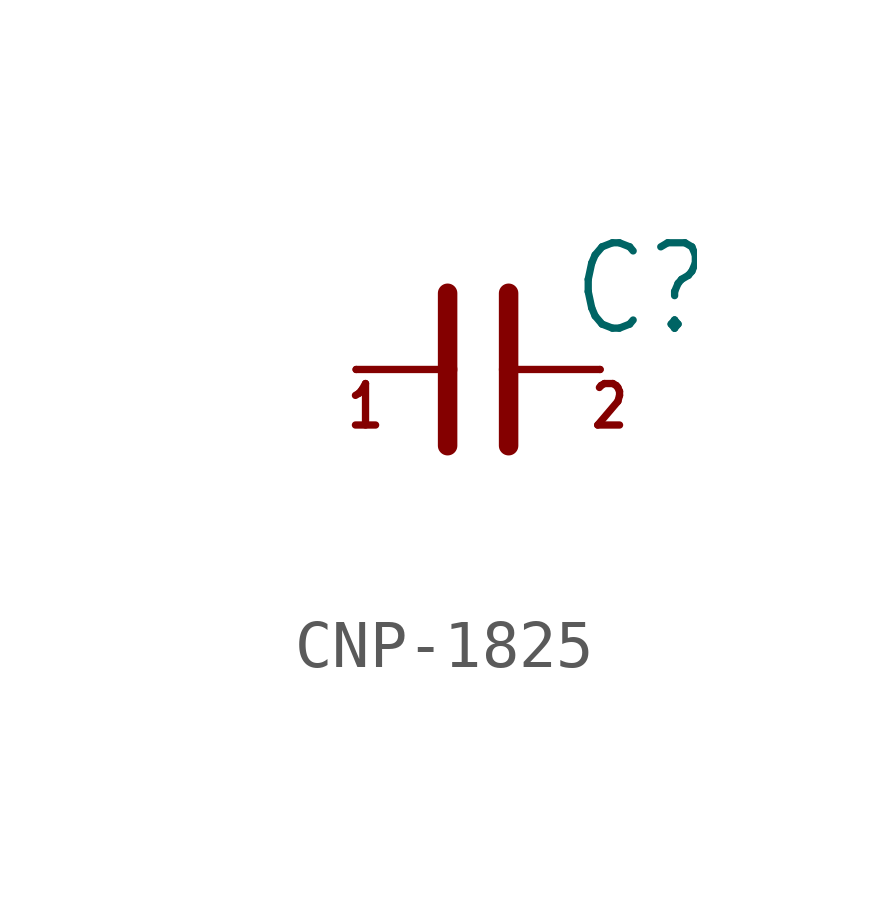
<source format=kicad_sym>
(kicad_symbol_lib
  (version 20241209)
  (generator "kicad_symbol_editor")
  (generator_version "9.0")
  (symbol "CNP-1825"
    (property "Reference" "C"
      (at 1.905 0.635 0)
      (effects (font (size 1.778 1.511)) (justify left bottom)))
    (property "Value" ""
      (at -5.08 -4.128 0)
      (effects (font (size 1.778 1.511)) (justify left bottom)))
    (property "ki_locked" ""
      (at 0 0 0)
      (effects (font (size 1.27 1.27))))
    (symbol "CNP-1825_1_0"
      (polyline (pts (xy -2.54 0) (xy -0.635 0)) (stroke (width 0.152) (type solid)) (fill (type none)))
      (polyline (pts (xy -0.635 1.587) (xy -0.635 0)) (stroke (width 0.406) (type solid)) (fill (type none)))
      (polyline (pts (xy -0.635 0) (xy -0.635 -1.587)) (stroke (width 0.406) (type solid)) (fill (type none)))
      (polyline (pts (xy 0.635 1.587) (xy 0.635 0)) (stroke (width 0.406) (type solid)) (fill (type none)))
      (polyline (pts (xy 0.635 0) (xy 0.635 -1.587)) (stroke (width 0.406) (type solid)) (fill (type none)))
      (polyline (pts (xy 2.54 0) (xy 0.635 0)) (stroke (width 0.152) (type solid)) (fill (type none)))
      (text "1" (at -2.794 -1.27 0) (effects (font (size 0.864 0.734)) (justify left bottom)))
      (text "2" (at 2.286 -1.27 0) (effects (font (size 0.864 0.734)) (justify left bottom)))
      (pin passive line (at -2.54 0 0) (length 0) (name "1" (effects (font (size 0 0)))) (number "1" (effects (font (size 0 0)))))
      (pin passive line (at 2.54 0 180) (length 0) (name "2" (effects (font (size 0 0)))) (number "2" (effects (font (size 0 0))))))))
</source>
